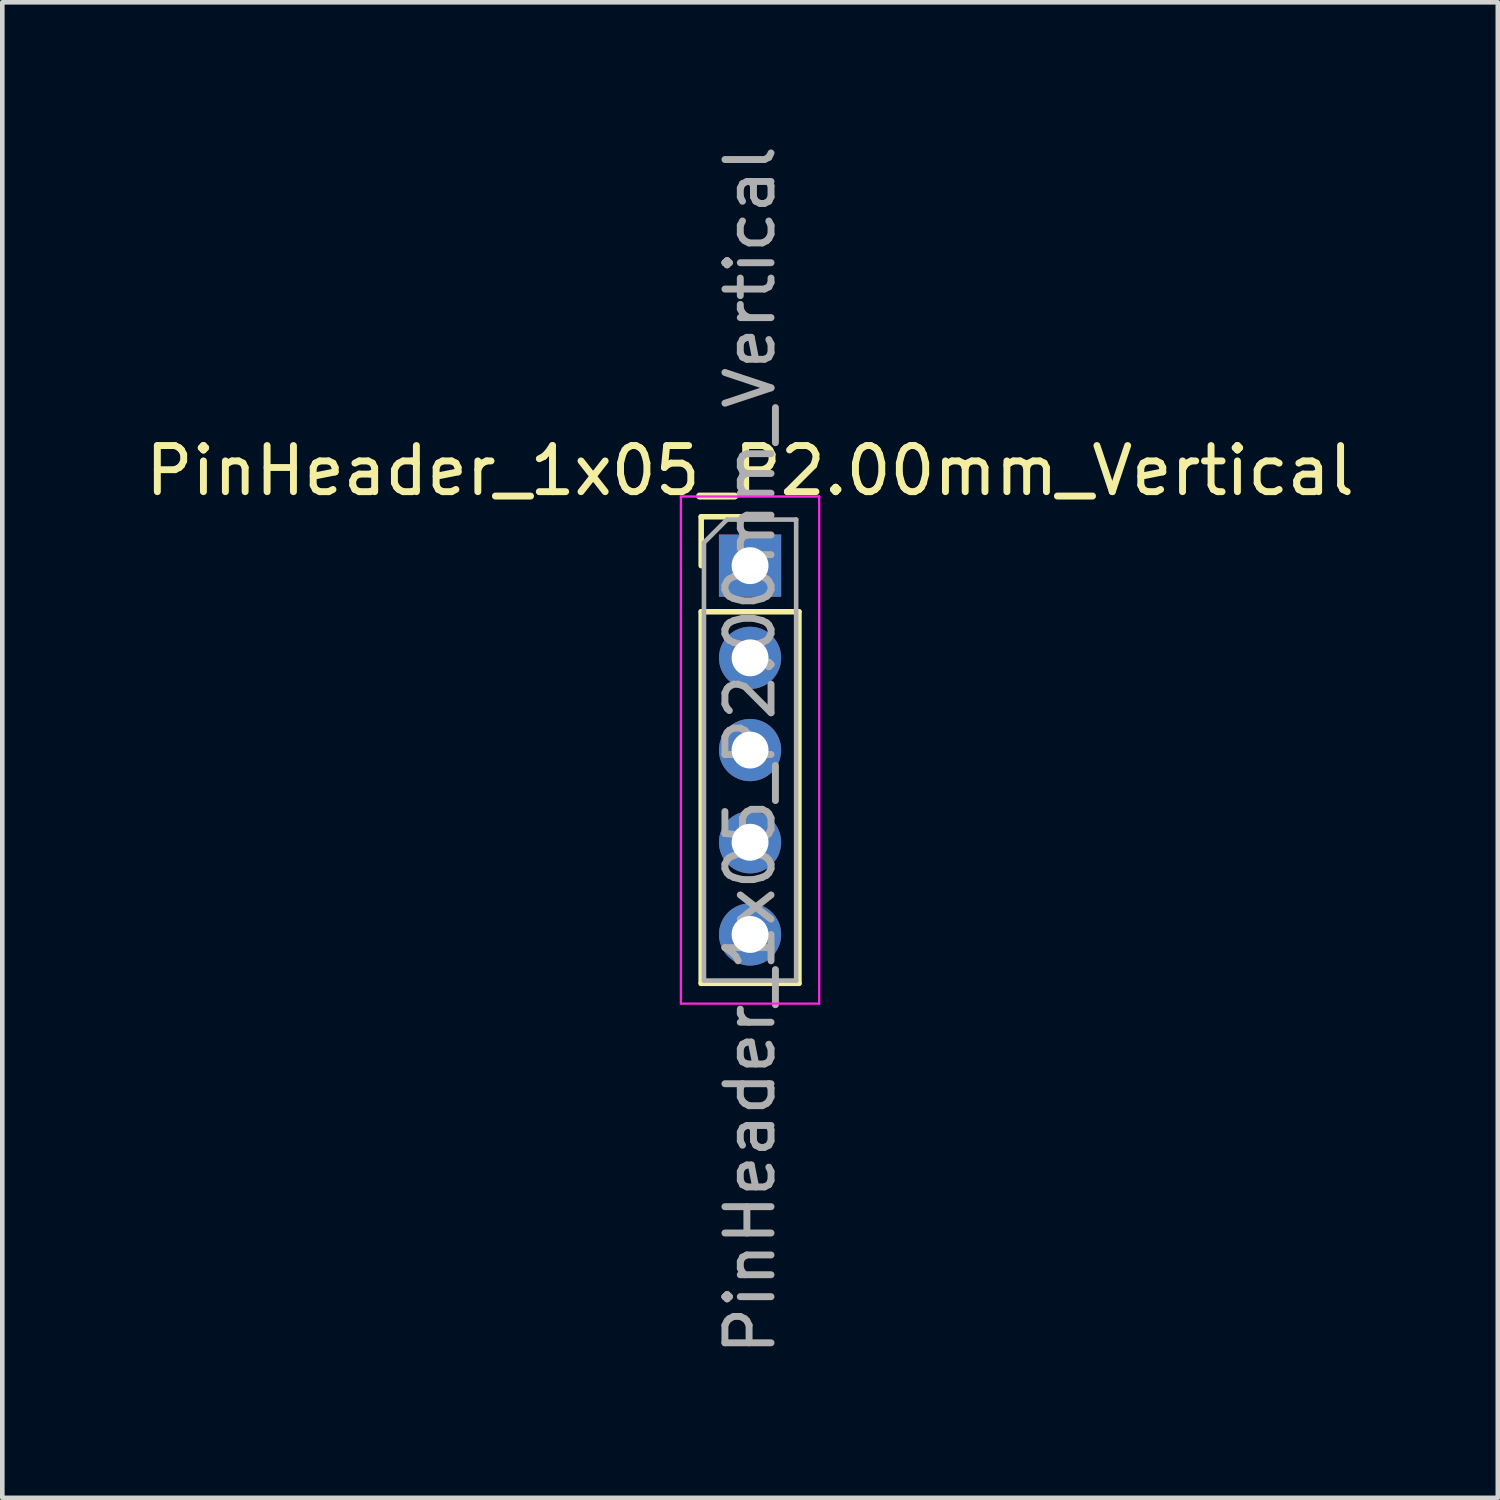
<source format=kicad_pcb>
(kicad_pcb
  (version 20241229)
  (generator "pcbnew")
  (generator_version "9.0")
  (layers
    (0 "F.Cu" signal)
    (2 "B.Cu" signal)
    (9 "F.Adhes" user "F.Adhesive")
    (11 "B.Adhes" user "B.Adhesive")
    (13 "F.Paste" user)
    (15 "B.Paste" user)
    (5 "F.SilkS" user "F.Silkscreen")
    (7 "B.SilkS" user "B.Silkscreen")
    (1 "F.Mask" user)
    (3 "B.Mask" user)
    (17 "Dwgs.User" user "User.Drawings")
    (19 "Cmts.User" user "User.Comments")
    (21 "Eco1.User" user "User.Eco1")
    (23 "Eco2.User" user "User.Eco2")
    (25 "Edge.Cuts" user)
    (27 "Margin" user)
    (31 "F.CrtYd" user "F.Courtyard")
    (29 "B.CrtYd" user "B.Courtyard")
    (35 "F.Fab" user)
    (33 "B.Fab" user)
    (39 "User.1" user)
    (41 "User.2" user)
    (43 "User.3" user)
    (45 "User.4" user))
  (footprint "PinHeader_1x05_P2.00mm_Vertical"
    (layer "F.Cu")
    (at 13.22 9.22)
    (property "Reference" "PinHeader_1x05_P2.00mm_Vertical" (at 0 -2.06 0) (layer "F.SilkS") (effects (font (size 1 1) (thickness 0.15))))
    (attr through_hole)
    (fp_line (start -1.06 -1.06) (end 0 -1.06) (stroke (width 0.12) (type solid)) (layer "F.SilkS"))
    (fp_line (start -1.06 0) (end -1.06 -1.06) (stroke (width 0.12) (type solid)) (layer "F.SilkS"))
    (fp_line (start -1.06 1) (end -1.06 9.06) (stroke (width 0.12) (type solid)) (layer "F.SilkS"))
    (fp_line (start -1.06 1) (end 1.06 1) (stroke (width 0.12) (type solid)) (layer "F.SilkS"))
    (fp_line (start -1.06 9.06) (end 1.06 9.06) (stroke (width 0.12) (type solid)) (layer "F.SilkS"))
    (fp_line (start 1.06 1) (end 1.06 9.06) (stroke (width 0.12) (type solid)) (layer "F.SilkS"))
    (fp_line (start -1.5 -1.5) (end -1.5 9.5) (stroke (width 0.05) (type solid)) (layer "F.CrtYd"))
    (fp_line (start -1.5 9.5) (end 1.5 9.5) (stroke (width 0.05) (type solid)) (layer "F.CrtYd"))
    (fp_line (start 1.5 -1.5) (end -1.5 -1.5) (stroke (width 0.05) (type solid)) (layer "F.CrtYd"))
    (fp_line (start 1.5 9.5) (end 1.5 -1.5) (stroke (width 0.05) (type solid)) (layer "F.CrtYd"))
    (fp_line (start -1 -0.5) (end -0.5 -1) (stroke (width 0.1) (type solid)) (layer "F.Fab"))
    (fp_line (start -1 9) (end -1 -0.5) (stroke (width 0.1) (type solid)) (layer "F.Fab"))
    (fp_line (start -0.5 -1) (end 1 -1) (stroke (width 0.1) (type solid)) (layer "F.Fab"))
    (fp_line (start 1 -1) (end 1 9) (stroke (width 0.1) (type solid)) (layer "F.Fab"))
    (fp_line (start 1 9) (end -1 9) (stroke (width 0.1) (type solid)) (layer "F.Fab"))
    (fp_text user "${REFERENCE}" (at 0 4 90) (layer "F.Fab") (effects (font (size 1 1) (thickness 0.15))))
    (pad "1" thru_hole rect (at 0 0) (size 1.35 1.35) (drill 0.8) (layers "*.Cu" "*.Mask"))
    (pad "2" thru_hole oval (at 0 2) (size 1.35 1.35) (drill 0.8) (layers "*.Cu" "*.Mask"))
    (pad "3" thru_hole oval (at 0 4) (size 1.35 1.35) (drill 0.8) (layers "*.Cu" "*.Mask"))
    (pad "4" thru_hole oval (at 0 6) (size 1.35 1.35) (drill 0.8) (layers "*.Cu" "*.Mask"))
    (pad "5" thru_hole oval (at 0 8) (size 1.35 1.35) (drill 0.8) (layers "*.Cu" "*.Mask")))
  (gr_rect
    (start -3 -3)
    (end 29.44 29.44)
    (stroke (width 0.1) (type default))
    (fill no)
    (layer "Edge.Cuts")))
</source>
